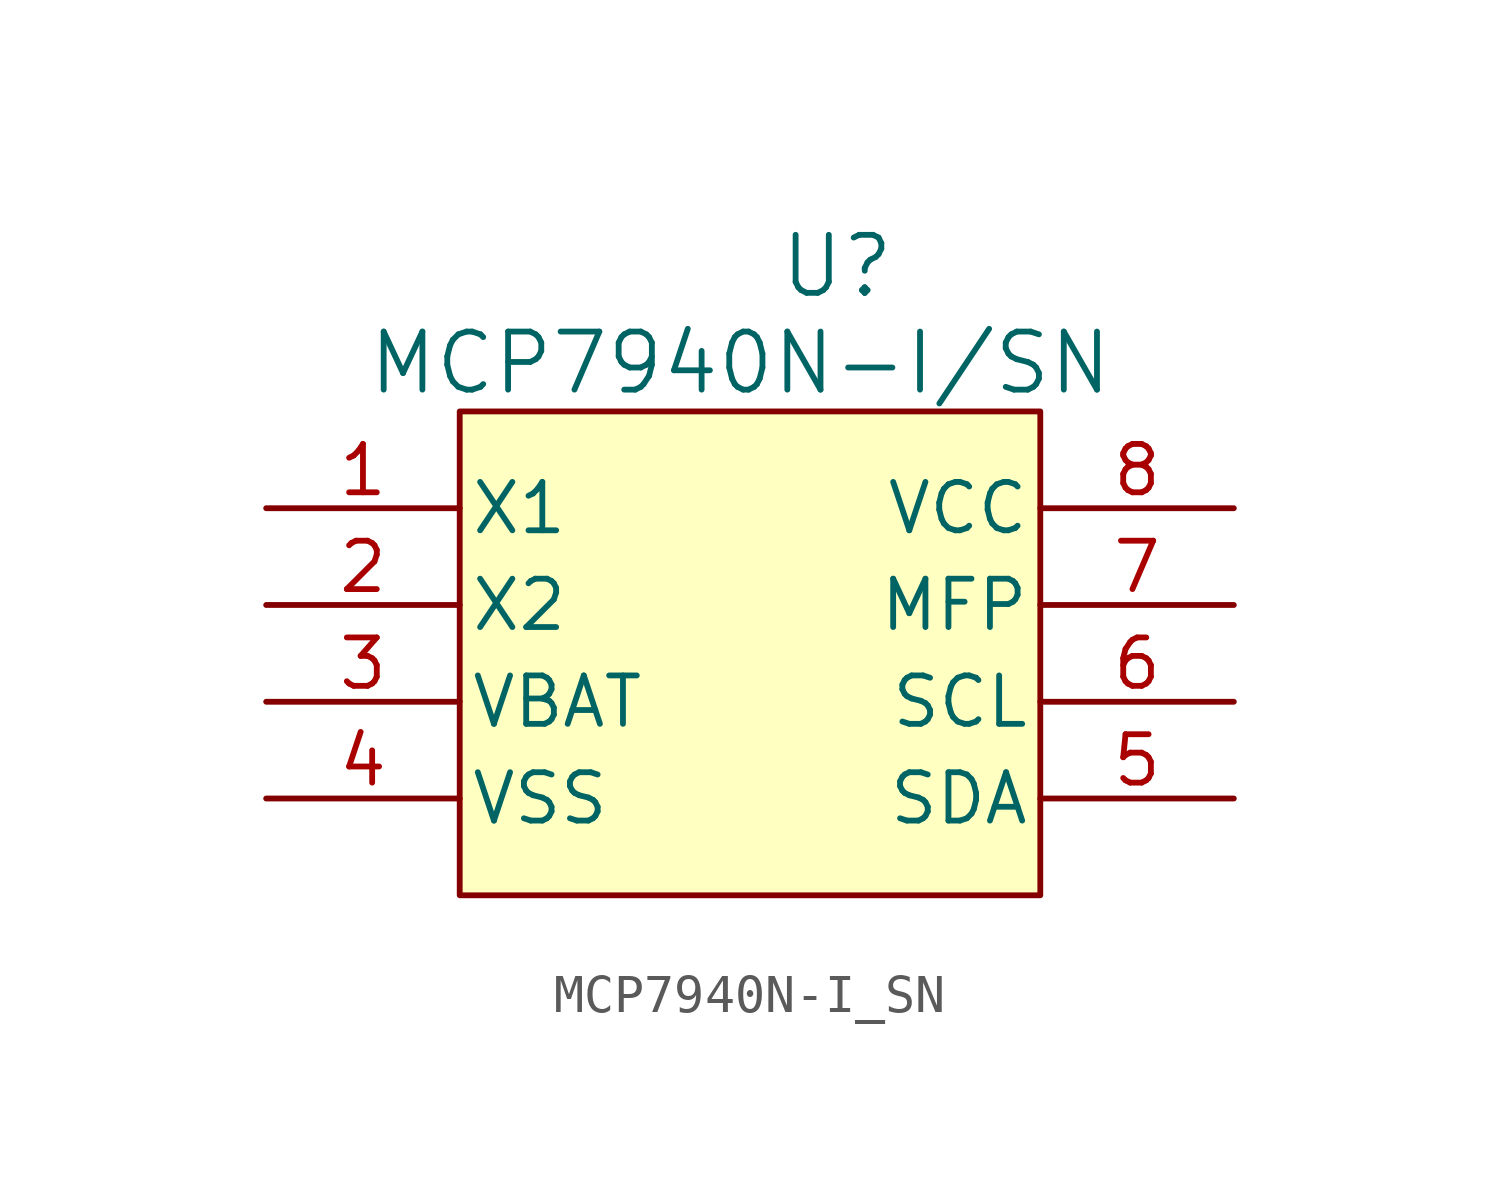
<source format=kicad_sym>
(kicad_symbol_lib
  (version 20231120)
  (generator "kicad_symbol_editor")
  (generator_version "8.0")
  (symbol "MCP7940N-I_SN"
    (pin_names
      (offset 0.254))
    (property "Reference" "U"
      (at 14.986 6.35 0)
      (effects (font (size 1.524 1.524))))
    (property "Value" "MCP7940N-I/SN"
      (at 12.446 3.81 0)
      (effects (font (size 1.524 1.524))))
    (symbol "MCP7940N-I_SN_0_1"
      (rectangle (start 5.08 2.54) (end 20.32 -10.16) (stroke (width 0) (type default)) (fill (type background)))
      (pin input line (at 0 0 0) (length 5.08) (name "X1" (effects (font (size 1.27 1.27)))) (number "1" (effects (font (size 1.27 1.27)))))
      (pin output line (at 0 -2.54 0) (length 5.08) (name "X2" (effects (font (size 1.27 1.27)))) (number "2" (effects (font (size 1.27 1.27)))))
      (pin power_in line (at 0 -5.08 0) (length 5.08) (name "VBAT" (effects (font (size 1.27 1.27)))) (number "3" (effects (font (size 1.27 1.27)))))
      (pin power_in line (at 0 -7.62 0) (length 5.08) (name "VSS" (effects (font (size 1.27 1.27)))) (number "4" (effects (font (size 1.27 1.27)))))
      (pin bidirectional line (at 25.4 -7.62 180) (length 5.08) (name "SDA" (effects (font (size 1.27 1.27)))) (number "5" (effects (font (size 1.27 1.27)))))
      (pin unspecified line (at 25.4 -5.08 180) (length 5.08) (name "SCL" (effects (font (size 1.27 1.27)))) (number "6" (effects (font (size 1.27 1.27)))))
      (pin unspecified line (at 25.4 -2.54 180) (length 5.08) (name "MFP" (effects (font (size 1.27 1.27)))) (number "7" (effects (font (size 1.27 1.27))))))
    (symbol "MCP7940N-I_SN_1_1"
      (pin power_in line (at 25.4 0 180) (length 5.08) (name "VCC" (effects (font (size 1.27 1.27)))) (number "8" (effects (font (size 1.27 1.27))))))))
</source>
